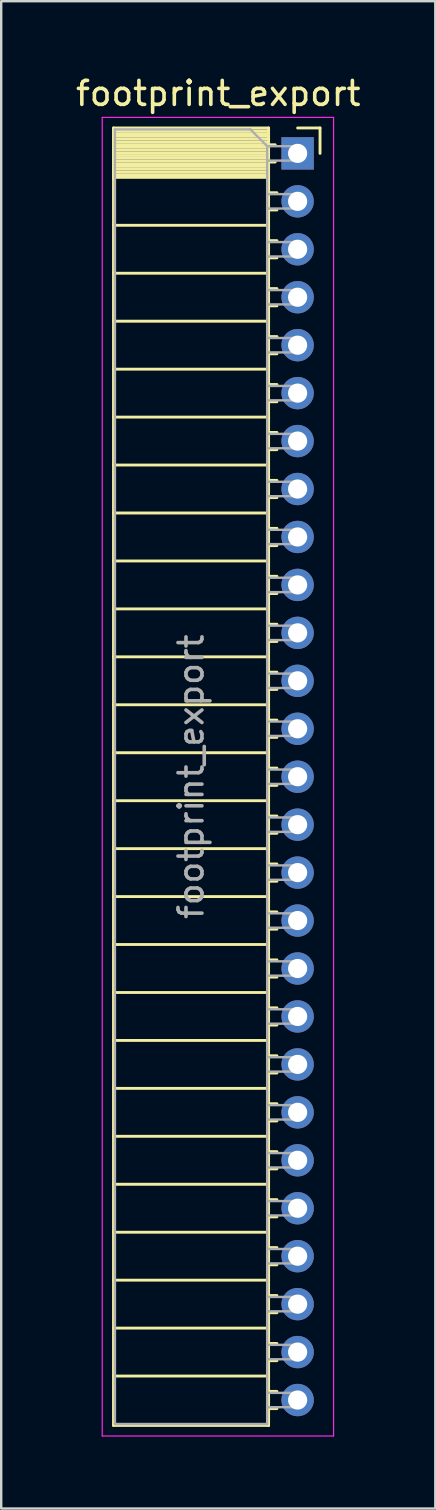
<source format=kicad_pcb>
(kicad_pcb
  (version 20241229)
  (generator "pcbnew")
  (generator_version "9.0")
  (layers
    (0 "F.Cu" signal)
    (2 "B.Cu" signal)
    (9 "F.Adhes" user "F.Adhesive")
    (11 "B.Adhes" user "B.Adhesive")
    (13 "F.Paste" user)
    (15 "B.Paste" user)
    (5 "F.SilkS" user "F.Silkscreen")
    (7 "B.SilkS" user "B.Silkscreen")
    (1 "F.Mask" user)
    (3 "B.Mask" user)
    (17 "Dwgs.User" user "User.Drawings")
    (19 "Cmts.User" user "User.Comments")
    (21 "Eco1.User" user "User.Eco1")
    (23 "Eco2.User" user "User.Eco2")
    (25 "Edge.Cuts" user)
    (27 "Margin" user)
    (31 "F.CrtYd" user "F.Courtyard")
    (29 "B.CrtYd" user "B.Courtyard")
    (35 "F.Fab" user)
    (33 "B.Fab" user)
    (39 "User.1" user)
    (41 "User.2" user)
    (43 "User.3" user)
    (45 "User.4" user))
  (footprint "footprint_export"
    (layer "F.Cu")
    (at 9.364 3.348)
    (property "Reference" "footprint_export" (at -3.31 -2.5 0) (layer "F.SilkS") (effects (font (size 1 1) (thickness 0.15))))
    (attr through_hole)
    (fp_line (start -7.68 -1.06) (end -7.68 53.06) (stroke (width 0.12) (type solid)) (layer "F.SilkS"))
    (fp_line (start -7.68 -1.06) (end -1.21 -1.06) (stroke (width 0.12) (type solid)) (layer "F.SilkS"))
    (fp_line (start -7.68 -0.94) (end -1.21 -0.94) (stroke (width 0.12) (type solid)) (layer "F.SilkS"))
    (fp_line (start -7.68 -0.826) (end -1.21 -0.826) (stroke (width 0.12) (type solid)) (layer "F.SilkS"))
    (fp_line (start -7.68 -0.712) (end -1.21 -0.712) (stroke (width 0.12) (type solid)) (layer "F.SilkS"))
    (fp_line (start -7.68 -0.598) (end -1.21 -0.598) (stroke (width 0.12) (type solid)) (layer "F.SilkS"))
    (fp_line (start -7.68 -0.484) (end -1.21 -0.484) (stroke (width 0.12) (type solid)) (layer "F.SilkS"))
    (fp_line (start -7.68 -0.369) (end -1.21 -0.369) (stroke (width 0.12) (type solid)) (layer "F.SilkS"))
    (fp_line (start -7.68 -0.255) (end -1.21 -0.255) (stroke (width 0.12) (type solid)) (layer "F.SilkS"))
    (fp_line (start -7.68 -0.141) (end -1.21 -0.141) (stroke (width 0.12) (type solid)) (layer "F.SilkS"))
    (fp_line (start -7.68 -0.027) (end -1.21 -0.027) (stroke (width 0.12) (type solid)) (layer "F.SilkS"))
    (fp_line (start -7.68 0.087) (end -1.21 0.087) (stroke (width 0.12) (type solid)) (layer "F.SilkS"))
    (fp_line (start -7.68 0.201) (end -1.21 0.201) (stroke (width 0.12) (type solid)) (layer "F.SilkS"))
    (fp_line (start -7.68 0.315) (end -1.21 0.315) (stroke (width 0.12) (type solid)) (layer "F.SilkS"))
    (fp_line (start -7.68 0.429) (end -1.21 0.429) (stroke (width 0.12) (type solid)) (layer "F.SilkS"))
    (fp_line (start -7.68 0.544) (end -1.21 0.544) (stroke (width 0.12) (type solid)) (layer "F.SilkS"))
    (fp_line (start -7.68 0.658) (end -1.21 0.658) (stroke (width 0.12) (type solid)) (layer "F.SilkS"))
    (fp_line (start -7.68 0.772) (end -1.21 0.772) (stroke (width 0.12) (type solid)) (layer "F.SilkS"))
    (fp_line (start -7.68 0.886) (end -1.21 0.886) (stroke (width 0.12) (type solid)) (layer "F.SilkS"))
    (fp_line (start -7.68 1) (end -1.21 1) (stroke (width 0.12) (type solid)) (layer "F.SilkS"))
    (fp_line (start -7.68 3) (end -1.21 3) (stroke (width 0.12) (type solid)) (layer "F.SilkS"))
    (fp_line (start -7.68 5) (end -1.21 5) (stroke (width 0.12) (type solid)) (layer "F.SilkS"))
    (fp_line (start -7.68 7) (end -1.21 7) (stroke (width 0.12) (type solid)) (layer "F.SilkS"))
    (fp_line (start -7.68 9) (end -1.21 9) (stroke (width 0.12) (type solid)) (layer "F.SilkS"))
    (fp_line (start -7.68 11) (end -1.21 11) (stroke (width 0.12) (type solid)) (layer "F.SilkS"))
    (fp_line (start -7.68 13) (end -1.21 13) (stroke (width 0.12) (type solid)) (layer "F.SilkS"))
    (fp_line (start -7.68 15) (end -1.21 15) (stroke (width 0.12) (type solid)) (layer "F.SilkS"))
    (fp_line (start -7.68 17) (end -1.21 17) (stroke (width 0.12) (type solid)) (layer "F.SilkS"))
    (fp_line (start -7.68 19) (end -1.21 19) (stroke (width 0.12) (type solid)) (layer "F.SilkS"))
    (fp_line (start -7.68 21) (end -1.21 21) (stroke (width 0.12) (type solid)) (layer "F.SilkS"))
    (fp_line (start -7.68 23) (end -1.21 23) (stroke (width 0.12) (type solid)) (layer "F.SilkS"))
    (fp_line (start -7.68 25) (end -1.21 25) (stroke (width 0.12) (type solid)) (layer "F.SilkS"))
    (fp_line (start -7.68 27) (end -1.21 27) (stroke (width 0.12) (type solid)) (layer "F.SilkS"))
    (fp_line (start -7.68 29) (end -1.21 29) (stroke (width 0.12) (type solid)) (layer "F.SilkS"))
    (fp_line (start -7.68 31) (end -1.21 31) (stroke (width 0.12) (type solid)) (layer "F.SilkS"))
    (fp_line (start -7.68 33) (end -1.21 33) (stroke (width 0.12) (type solid)) (layer "F.SilkS"))
    (fp_line (start -7.68 35) (end -1.21 35) (stroke (width 0.12) (type solid)) (layer "F.SilkS"))
    (fp_line (start -7.68 37) (end -1.21 37) (stroke (width 0.12) (type solid)) (layer "F.SilkS"))
    (fp_line (start -7.68 39) (end -1.21 39) (stroke (width 0.12) (type solid)) (layer "F.SilkS"))
    (fp_line (start -7.68 41) (end -1.21 41) (stroke (width 0.12) (type solid)) (layer "F.SilkS"))
    (fp_line (start -7.68 43) (end -1.21 43) (stroke (width 0.12) (type solid)) (layer "F.SilkS"))
    (fp_line (start -7.68 45) (end -1.21 45) (stroke (width 0.12) (type solid)) (layer "F.SilkS"))
    (fp_line (start -7.68 47) (end -1.21 47) (stroke (width 0.12) (type solid)) (layer "F.SilkS"))
    (fp_line (start -7.68 49) (end -1.21 49) (stroke (width 0.12) (type solid)) (layer "F.SilkS"))
    (fp_line (start -7.68 51) (end -1.21 51) (stroke (width 0.12) (type solid)) (layer "F.SilkS"))
    (fp_line (start -7.68 53.06) (end -1.21 53.06) (stroke (width 0.12) (type solid)) (layer "F.SilkS"))
    (fp_line (start -1.21 -1.06) (end -1.21 53.06) (stroke (width 0.12) (type solid)) (layer "F.SilkS"))
    (fp_line (start -1.21 -0.36) (end -0.935 -0.36) (stroke (width 0.12) (type solid)) (layer "F.SilkS"))
    (fp_line (start -1.21 0.36) (end -0.935 0.36) (stroke (width 0.12) (type solid)) (layer "F.SilkS"))
    (fp_line (start -1.21 1.64) (end -0.863 1.64) (stroke (width 0.12) (type solid)) (layer "F.SilkS"))
    (fp_line (start -1.21 2.36) (end -0.863 2.36) (stroke (width 0.12) (type solid)) (layer "F.SilkS"))
    (fp_line (start -1.21 3.64) (end -0.863 3.64) (stroke (width 0.12) (type solid)) (layer "F.SilkS"))
    (fp_line (start -1.21 4.36) (end -0.863 4.36) (stroke (width 0.12) (type solid)) (layer "F.SilkS"))
    (fp_line (start -1.21 5.64) (end -0.863 5.64) (stroke (width 0.12) (type solid)) (layer "F.SilkS"))
    (fp_line (start -1.21 6.36) (end -0.863 6.36) (stroke (width 0.12) (type solid)) (layer "F.SilkS"))
    (fp_line (start -1.21 7.64) (end -0.863 7.64) (stroke (width 0.12) (type solid)) (layer "F.SilkS"))
    (fp_line (start -1.21 8.36) (end -0.863 8.36) (stroke (width 0.12) (type solid)) (layer "F.SilkS"))
    (fp_line (start -1.21 9.64) (end -0.863 9.64) (stroke (width 0.12) (type solid)) (layer "F.SilkS"))
    (fp_line (start -1.21 10.36) (end -0.863 10.36) (stroke (width 0.12) (type solid)) (layer "F.SilkS"))
    (fp_line (start -1.21 11.64) (end -0.863 11.64) (stroke (width 0.12) (type solid)) (layer "F.SilkS"))
    (fp_line (start -1.21 12.36) (end -0.863 12.36) (stroke (width 0.12) (type solid)) (layer "F.SilkS"))
    (fp_line (start -1.21 13.64) (end -0.863 13.64) (stroke (width 0.12) (type solid)) (layer "F.SilkS"))
    (fp_line (start -1.21 14.36) (end -0.863 14.36) (stroke (width 0.12) (type solid)) (layer "F.SilkS"))
    (fp_line (start -1.21 15.64) (end -0.863 15.64) (stroke (width 0.12) (type solid)) (layer "F.SilkS"))
    (fp_line (start -1.21 16.36) (end -0.863 16.36) (stroke (width 0.12) (type solid)) (layer "F.SilkS"))
    (fp_line (start -1.21 17.64) (end -0.863 17.64) (stroke (width 0.12) (type solid)) (layer "F.SilkS"))
    (fp_line (start -1.21 18.36) (end -0.863 18.36) (stroke (width 0.12) (type solid)) (layer "F.SilkS"))
    (fp_line (start -1.21 19.64) (end -0.863 19.64) (stroke (width 0.12) (type solid)) (layer "F.SilkS"))
    (fp_line (start -1.21 20.36) (end -0.863 20.36) (stroke (width 0.12) (type solid)) (layer "F.SilkS"))
    (fp_line (start -1.21 21.64) (end -0.863 21.64) (stroke (width 0.12) (type solid)) (layer "F.SilkS"))
    (fp_line (start -1.21 22.36) (end -0.863 22.36) (stroke (width 0.12) (type solid)) (layer "F.SilkS"))
    (fp_line (start -1.21 23.64) (end -0.863 23.64) (stroke (width 0.12) (type solid)) (layer "F.SilkS"))
    (fp_line (start -1.21 24.36) (end -0.863 24.36) (stroke (width 0.12) (type solid)) (layer "F.SilkS"))
    (fp_line (start -1.21 25.64) (end -0.863 25.64) (stroke (width 0.12) (type solid)) (layer "F.SilkS"))
    (fp_line (start -1.21 26.36) (end -0.863 26.36) (stroke (width 0.12) (type solid)) (layer "F.SilkS"))
    (fp_line (start -1.21 27.64) (end -0.863 27.64) (stroke (width 0.12) (type solid)) (layer "F.SilkS"))
    (fp_line (start -1.21 28.36) (end -0.863 28.36) (stroke (width 0.12) (type solid)) (layer "F.SilkS"))
    (fp_line (start -1.21 29.64) (end -0.863 29.64) (stroke (width 0.12) (type solid)) (layer "F.SilkS"))
    (fp_line (start -1.21 30.36) (end -0.863 30.36) (stroke (width 0.12) (type solid)) (layer "F.SilkS"))
    (fp_line (start -1.21 31.64) (end -0.863 31.64) (stroke (width 0.12) (type solid)) (layer "F.SilkS"))
    (fp_line (start -1.21 32.36) (end -0.863 32.36) (stroke (width 0.12) (type solid)) (layer "F.SilkS"))
    (fp_line (start -1.21 33.64) (end -0.863 33.64) (stroke (width 0.12) (type solid)) (layer "F.SilkS"))
    (fp_line (start -1.21 34.36) (end -0.863 34.36) (stroke (width 0.12) (type solid)) (layer "F.SilkS"))
    (fp_line (start -1.21 35.64) (end -0.863 35.64) (stroke (width 0.12) (type solid)) (layer "F.SilkS"))
    (fp_line (start -1.21 36.36) (end -0.863 36.36) (stroke (width 0.12) (type solid)) (layer "F.SilkS"))
    (fp_line (start -1.21 37.64) (end -0.863 37.64) (stroke (width 0.12) (type solid)) (layer "F.SilkS"))
    (fp_line (start -1.21 38.36) (end -0.863 38.36) (stroke (width 0.12) (type solid)) (layer "F.SilkS"))
    (fp_line (start -1.21 39.64) (end -0.863 39.64) (stroke (width 0.12) (type solid)) (layer "F.SilkS"))
    (fp_line (start -1.21 40.36) (end -0.863 40.36) (stroke (width 0.12) (type solid)) (layer "F.SilkS"))
    (fp_line (start -1.21 41.64) (end -0.863 41.64) (stroke (width 0.12) (type solid)) (layer "F.SilkS"))
    (fp_line (start -1.21 42.36) (end -0.863 42.36) (stroke (width 0.12) (type solid)) (layer "F.SilkS"))
    (fp_line (start -1.21 43.64) (end -0.863 43.64) (stroke (width 0.12) (type solid)) (layer "F.SilkS"))
    (fp_line (start -1.21 44.36) (end -0.863 44.36) (stroke (width 0.12) (type solid)) (layer "F.SilkS"))
    (fp_line (start -1.21 45.64) (end -0.863 45.64) (stroke (width 0.12) (type solid)) (layer "F.SilkS"))
    (fp_line (start -1.21 46.36) (end -0.863 46.36) (stroke (width 0.12) (type solid)) (layer "F.SilkS"))
    (fp_line (start -1.21 47.64) (end -0.863 47.64) (stroke (width 0.12) (type solid)) (layer "F.SilkS"))
    (fp_line (start -1.21 48.36) (end -0.863 48.36) (stroke (width 0.12) (type solid)) (layer "F.SilkS"))
    (fp_line (start -1.21 49.64) (end -0.863 49.64) (stroke (width 0.12) (type solid)) (layer "F.SilkS"))
    (fp_line (start -1.21 50.36) (end -0.863 50.36) (stroke (width 0.12) (type solid)) (layer "F.SilkS"))
    (fp_line (start -1.21 51.64) (end -0.863 51.64) (stroke (width 0.12) (type solid)) (layer "F.SilkS"))
    (fp_line (start -1.21 52.36) (end -0.863 52.36) (stroke (width 0.12) (type solid)) (layer "F.SilkS"))
    (fp_line (start 0 -1.06) (end 0.935 -1.06) (stroke (width 0.12) (type solid)) (layer "F.SilkS"))
    (fp_line (start 0.935 -1.06) (end 0.935 0) (stroke (width 0.12) (type solid)) (layer "F.SilkS"))
    (fp_line (start -8.15 -1.5) (end -8.15 53.5) (stroke (width 0.05) (type solid)) (layer "F.CrtYd"))
    (fp_line (start -8.15 53.5) (end 1.5 53.5) (stroke (width 0.05) (type solid)) (layer "F.CrtYd"))
    (fp_line (start 1.5 -1.5) (end -8.15 -1.5) (stroke (width 0.05) (type solid)) (layer "F.CrtYd"))
    (fp_line (start 1.5 53.5) (end 1.5 -1.5) (stroke (width 0.05) (type solid)) (layer "F.CrtYd"))
    (fp_line (start -7.62 -1) (end -1.97 -1) (stroke (width 0.1) (type solid)) (layer "F.Fab"))
    (fp_line (start -7.62 53) (end -7.62 -1) (stroke (width 0.1) (type solid)) (layer "F.Fab"))
    (fp_line (start -1.97 -1) (end -1.27 -0.3) (stroke (width 0.1) (type solid)) (layer "F.Fab"))
    (fp_line (start -1.27 -0.3) (end -1.27 53) (stroke (width 0.1) (type solid)) (layer "F.Fab"))
    (fp_line (start -1.27 0.3) (end 0 0.3) (stroke (width 0.1) (type solid)) (layer "F.Fab"))
    (fp_line (start -1.27 2.3) (end 0 2.3) (stroke (width 0.1) (type solid)) (layer "F.Fab"))
    (fp_line (start -1.27 4.3) (end 0 4.3) (stroke (width 0.1) (type solid)) (layer "F.Fab"))
    (fp_line (start -1.27 6.3) (end 0 6.3) (stroke (width 0.1) (type solid)) (layer "F.Fab"))
    (fp_line (start -1.27 8.3) (end 0 8.3) (stroke (width 0.1) (type solid)) (layer "F.Fab"))
    (fp_line (start -1.27 10.3) (end 0 10.3) (stroke (width 0.1) (type solid)) (layer "F.Fab"))
    (fp_line (start -1.27 12.3) (end 0 12.3) (stroke (width 0.1) (type solid)) (layer "F.Fab"))
    (fp_line (start -1.27 14.3) (end 0 14.3) (stroke (width 0.1) (type solid)) (layer "F.Fab"))
    (fp_line (start -1.27 16.3) (end 0 16.3) (stroke (width 0.1) (type solid)) (layer "F.Fab"))
    (fp_line (start -1.27 18.3) (end 0 18.3) (stroke (width 0.1) (type solid)) (layer "F.Fab"))
    (fp_line (start -1.27 20.3) (end 0 20.3) (stroke (width 0.1) (type solid)) (layer "F.Fab"))
    (fp_line (start -1.27 22.3) (end 0 22.3) (stroke (width 0.1) (type solid)) (layer "F.Fab"))
    (fp_line (start -1.27 24.3) (end 0 24.3) (stroke (width 0.1) (type solid)) (layer "F.Fab"))
    (fp_line (start -1.27 26.3) (end 0 26.3) (stroke (width 0.1) (type solid)) (layer "F.Fab"))
    (fp_line (start -1.27 28.3) (end 0 28.3) (stroke (width 0.1) (type solid)) (layer "F.Fab"))
    (fp_line (start -1.27 30.3) (end 0 30.3) (stroke (width 0.1) (type solid)) (layer "F.Fab"))
    (fp_line (start -1.27 32.3) (end 0 32.3) (stroke (width 0.1) (type solid)) (layer "F.Fab"))
    (fp_line (start -1.27 34.3) (end 0 34.3) (stroke (width 0.1) (type solid)) (layer "F.Fab"))
    (fp_line (start -1.27 36.3) (end 0 36.3) (stroke (width 0.1) (type solid)) (layer "F.Fab"))
    (fp_line (start -1.27 38.3) (end 0 38.3) (stroke (width 0.1) (type solid)) (layer "F.Fab"))
    (fp_line (start -1.27 40.3) (end 0 40.3) (stroke (width 0.1) (type solid)) (layer "F.Fab"))
    (fp_line (start -1.27 42.3) (end 0 42.3) (stroke (width 0.1) (type solid)) (layer "F.Fab"))
    (fp_line (start -1.27 44.3) (end 0 44.3) (stroke (width 0.1) (type solid)) (layer "F.Fab"))
    (fp_line (start -1.27 46.3) (end 0 46.3) (stroke (width 0.1) (type solid)) (layer "F.Fab"))
    (fp_line (start -1.27 48.3) (end 0 48.3) (stroke (width 0.1) (type solid)) (layer "F.Fab"))
    (fp_line (start -1.27 50.3) (end 0 50.3) (stroke (width 0.1) (type solid)) (layer "F.Fab"))
    (fp_line (start -1.27 52.3) (end 0 52.3) (stroke (width 0.1) (type solid)) (layer "F.Fab"))
    (fp_line (start -1.27 53) (end -7.62 53) (stroke (width 0.1) (type solid)) (layer "F.Fab"))
    (fp_line (start 0 -0.3) (end -1.27 -0.3) (stroke (width 0.1) (type solid)) (layer "F.Fab"))
    (fp_line (start 0 0.3) (end 0 -0.3) (stroke (width 0.1) (type solid)) (layer "F.Fab"))
    (fp_line (start 0 1.7) (end -1.27 1.7) (stroke (width 0.1) (type solid)) (layer "F.Fab"))
    (fp_line (start 0 2.3) (end 0 1.7) (stroke (width 0.1) (type solid)) (layer "F.Fab"))
    (fp_line (start 0 3.7) (end -1.27 3.7) (stroke (width 0.1) (type solid)) (layer "F.Fab"))
    (fp_line (start 0 4.3) (end 0 3.7) (stroke (width 0.1) (type solid)) (layer "F.Fab"))
    (fp_line (start 0 5.7) (end -1.27 5.7) (stroke (width 0.1) (type solid)) (layer "F.Fab"))
    (fp_line (start 0 6.3) (end 0 5.7) (stroke (width 0.1) (type solid)) (layer "F.Fab"))
    (fp_line (start 0 7.7) (end -1.27 7.7) (stroke (width 0.1) (type solid)) (layer "F.Fab"))
    (fp_line (start 0 8.3) (end 0 7.7) (stroke (width 0.1) (type solid)) (layer "F.Fab"))
    (fp_line (start 0 9.7) (end -1.27 9.7) (stroke (width 0.1) (type solid)) (layer "F.Fab"))
    (fp_line (start 0 10.3) (end 0 9.7) (stroke (width 0.1) (type solid)) (layer "F.Fab"))
    (fp_line (start 0 11.7) (end -1.27 11.7) (stroke (width 0.1) (type solid)) (layer "F.Fab"))
    (fp_line (start 0 12.3) (end 0 11.7) (stroke (width 0.1) (type solid)) (layer "F.Fab"))
    (fp_line (start 0 13.7) (end -1.27 13.7) (stroke (width 0.1) (type solid)) (layer "F.Fab"))
    (fp_line (start 0 14.3) (end 0 13.7) (stroke (width 0.1) (type solid)) (layer "F.Fab"))
    (fp_line (start 0 15.7) (end -1.27 15.7) (stroke (width 0.1) (type solid)) (layer "F.Fab"))
    (fp_line (start 0 16.3) (end 0 15.7) (stroke (width 0.1) (type solid)) (layer "F.Fab"))
    (fp_line (start 0 17.7) (end -1.27 17.7) (stroke (width 0.1) (type solid)) (layer "F.Fab"))
    (fp_line (start 0 18.3) (end 0 17.7) (stroke (width 0.1) (type solid)) (layer "F.Fab"))
    (fp_line (start 0 19.7) (end -1.27 19.7) (stroke (width 0.1) (type solid)) (layer "F.Fab"))
    (fp_line (start 0 20.3) (end 0 19.7) (stroke (width 0.1) (type solid)) (layer "F.Fab"))
    (fp_line (start 0 21.7) (end -1.27 21.7) (stroke (width 0.1) (type solid)) (layer "F.Fab"))
    (fp_line (start 0 22.3) (end 0 21.7) (stroke (width 0.1) (type solid)) (layer "F.Fab"))
    (fp_line (start 0 23.7) (end -1.27 23.7) (stroke (width 0.1) (type solid)) (layer "F.Fab"))
    (fp_line (start 0 24.3) (end 0 23.7) (stroke (width 0.1) (type solid)) (layer "F.Fab"))
    (fp_line (start 0 25.7) (end -1.27 25.7) (stroke (width 0.1) (type solid)) (layer "F.Fab"))
    (fp_line (start 0 26.3) (end 0 25.7) (stroke (width 0.1) (type solid)) (layer "F.Fab"))
    (fp_line (start 0 27.7) (end -1.27 27.7) (stroke (width 0.1) (type solid)) (layer "F.Fab"))
    (fp_line (start 0 28.3) (end 0 27.7) (stroke (width 0.1) (type solid)) (layer "F.Fab"))
    (fp_line (start 0 29.7) (end -1.27 29.7) (stroke (width 0.1) (type solid)) (layer "F.Fab"))
    (fp_line (start 0 30.3) (end 0 29.7) (stroke (width 0.1) (type solid)) (layer "F.Fab"))
    (fp_line (start 0 31.7) (end -1.27 31.7) (stroke (width 0.1) (type solid)) (layer "F.Fab"))
    (fp_line (start 0 32.3) (end 0 31.7) (stroke (width 0.1) (type solid)) (layer "F.Fab"))
    (fp_line (start 0 33.7) (end -1.27 33.7) (stroke (width 0.1) (type solid)) (layer "F.Fab"))
    (fp_line (start 0 34.3) (end 0 33.7) (stroke (width 0.1) (type solid)) (layer "F.Fab"))
    (fp_line (start 0 35.7) (end -1.27 35.7) (stroke (width 0.1) (type solid)) (layer "F.Fab"))
    (fp_line (start 0 36.3) (end 0 35.7) (stroke (width 0.1) (type solid)) (layer "F.Fab"))
    (fp_line (start 0 37.7) (end -1.27 37.7) (stroke (width 0.1) (type solid)) (layer "F.Fab"))
    (fp_line (start 0 38.3) (end 0 37.7) (stroke (width 0.1) (type solid)) (layer "F.Fab"))
    (fp_line (start 0 39.7) (end -1.27 39.7) (stroke (width 0.1) (type solid)) (layer "F.Fab"))
    (fp_line (start 0 40.3) (end 0 39.7) (stroke (width 0.1) (type solid)) (layer "F.Fab"))
    (fp_line (start 0 41.7) (end -1.27 41.7) (stroke (width 0.1) (type solid)) (layer "F.Fab"))
    (fp_line (start 0 42.3) (end 0 41.7) (stroke (width 0.1) (type solid)) (layer "F.Fab"))
    (fp_line (start 0 43.7) (end -1.27 43.7) (stroke (width 0.1) (type solid)) (layer "F.Fab"))
    (fp_line (start 0 44.3) (end 0 43.7) (stroke (width 0.1) (type solid)) (layer "F.Fab"))
    (fp_line (start 0 45.7) (end -1.27 45.7) (stroke (width 0.1) (type solid)) (layer "F.Fab"))
    (fp_line (start 0 46.3) (end 0 45.7) (stroke (width 0.1) (type solid)) (layer "F.Fab"))
    (fp_line (start 0 47.7) (end -1.27 47.7) (stroke (width 0.1) (type solid)) (layer "F.Fab"))
    (fp_line (start 0 48.3) (end 0 47.7) (stroke (width 0.1) (type solid)) (layer "F.Fab"))
    (fp_line (start 0 49.7) (end -1.27 49.7) (stroke (width 0.1) (type solid)) (layer "F.Fab"))
    (fp_line (start 0 50.3) (end 0 49.7) (stroke (width 0.1) (type solid)) (layer "F.Fab"))
    (fp_line (start 0 51.7) (end -1.27 51.7) (stroke (width 0.1) (type solid)) (layer "F.Fab"))
    (fp_line (start 0 52.3) (end 0 51.7) (stroke (width 0.1) (type solid)) (layer "F.Fab"))
    (fp_text user "${REFERENCE}" (at -4.445 26 90) (layer "F.Fab") (effects (font (size 1 1) (thickness 0.15))))
    (pad "1" thru_hole rect (at 0 0) (size 1.35 1.35) (drill 0.8) (layers "*.Cu" "*.Mask"))
    (pad "2" thru_hole oval (at 0 2) (size 1.35 1.35) (drill 0.8) (layers "*.Cu" "*.Mask"))
    (pad "3" thru_hole oval (at 0 4) (size 1.35 1.35) (drill 0.8) (layers "*.Cu" "*.Mask"))
    (pad "4" thru_hole oval (at 0 6) (size 1.35 1.35) (drill 0.8) (layers "*.Cu" "*.Mask"))
    (pad "5" thru_hole oval (at 0 8) (size 1.35 1.35) (drill 0.8) (layers "*.Cu" "*.Mask"))
    (pad "6" thru_hole oval (at 0 10) (size 1.35 1.35) (drill 0.8) (layers "*.Cu" "*.Mask"))
    (pad "7" thru_hole oval (at 0 12) (size 1.35 1.35) (drill 0.8) (layers "*.Cu" "*.Mask"))
    (pad "8" thru_hole oval (at 0 14) (size 1.35 1.35) (drill 0.8) (layers "*.Cu" "*.Mask"))
    (pad "9" thru_hole oval (at 0 16) (size 1.35 1.35) (drill 0.8) (layers "*.Cu" "*.Mask"))
    (pad "10" thru_hole oval (at 0 18) (size 1.35 1.35) (drill 0.8) (layers "*.Cu" "*.Mask"))
    (pad "11" thru_hole oval (at 0 20) (size 1.35 1.35) (drill 0.8) (layers "*.Cu" "*.Mask"))
    (pad "12" thru_hole oval (at 0 22) (size 1.35 1.35) (drill 0.8) (layers "*.Cu" "*.Mask"))
    (pad "13" thru_hole oval (at 0 24) (size 1.35 1.35) (drill 0.8) (layers "*.Cu" "*.Mask"))
    (pad "14" thru_hole oval (at 0 26) (size 1.35 1.35) (drill 0.8) (layers "*.Cu" "*.Mask"))
    (pad "15" thru_hole oval (at 0 28) (size 1.35 1.35) (drill 0.8) (layers "*.Cu" "*.Mask"))
    (pad "16" thru_hole oval (at 0 30) (size 1.35 1.35) (drill 0.8) (layers "*.Cu" "*.Mask"))
    (pad "17" thru_hole oval (at 0 32) (size 1.35 1.35) (drill 0.8) (layers "*.Cu" "*.Mask"))
    (pad "18" thru_hole oval (at 0 34) (size 1.35 1.35) (drill 0.8) (layers "*.Cu" "*.Mask"))
    (pad "19" thru_hole oval (at 0 36) (size 1.35 1.35) (drill 0.8) (layers "*.Cu" "*.Mask"))
    (pad "20" thru_hole oval (at 0 38) (size 1.35 1.35) (drill 0.8) (layers "*.Cu" "*.Mask"))
    (pad "21" thru_hole oval (at 0 40) (size 1.35 1.35) (drill 0.8) (layers "*.Cu" "*.Mask"))
    (pad "22" thru_hole oval (at 0 42) (size 1.35 1.35) (drill 0.8) (layers "*.Cu" "*.Mask"))
    (pad "23" thru_hole oval (at 0 44) (size 1.35 1.35) (drill 0.8) (layers "*.Cu" "*.Mask"))
    (pad "24" thru_hole oval (at 0 46) (size 1.35 1.35) (drill 0.8) (layers "*.Cu" "*.Mask"))
    (pad "25" thru_hole oval (at 0 48) (size 1.35 1.35) (drill 0.8) (layers "*.Cu" "*.Mask"))
    (pad "26" thru_hole oval (at 0 50) (size 1.35 1.35) (drill 0.8) (layers "*.Cu" "*.Mask"))
    (pad "27" thru_hole oval (at 0 52) (size 1.35 1.35) (drill 0.8) (layers "*.Cu" "*.Mask")))
  (gr_rect
    (start -3 -3)
    (end 15.107 59.873)
    (stroke (width 0.1) (type default))
    (fill no)
    (layer "Edge.Cuts")))
</source>
